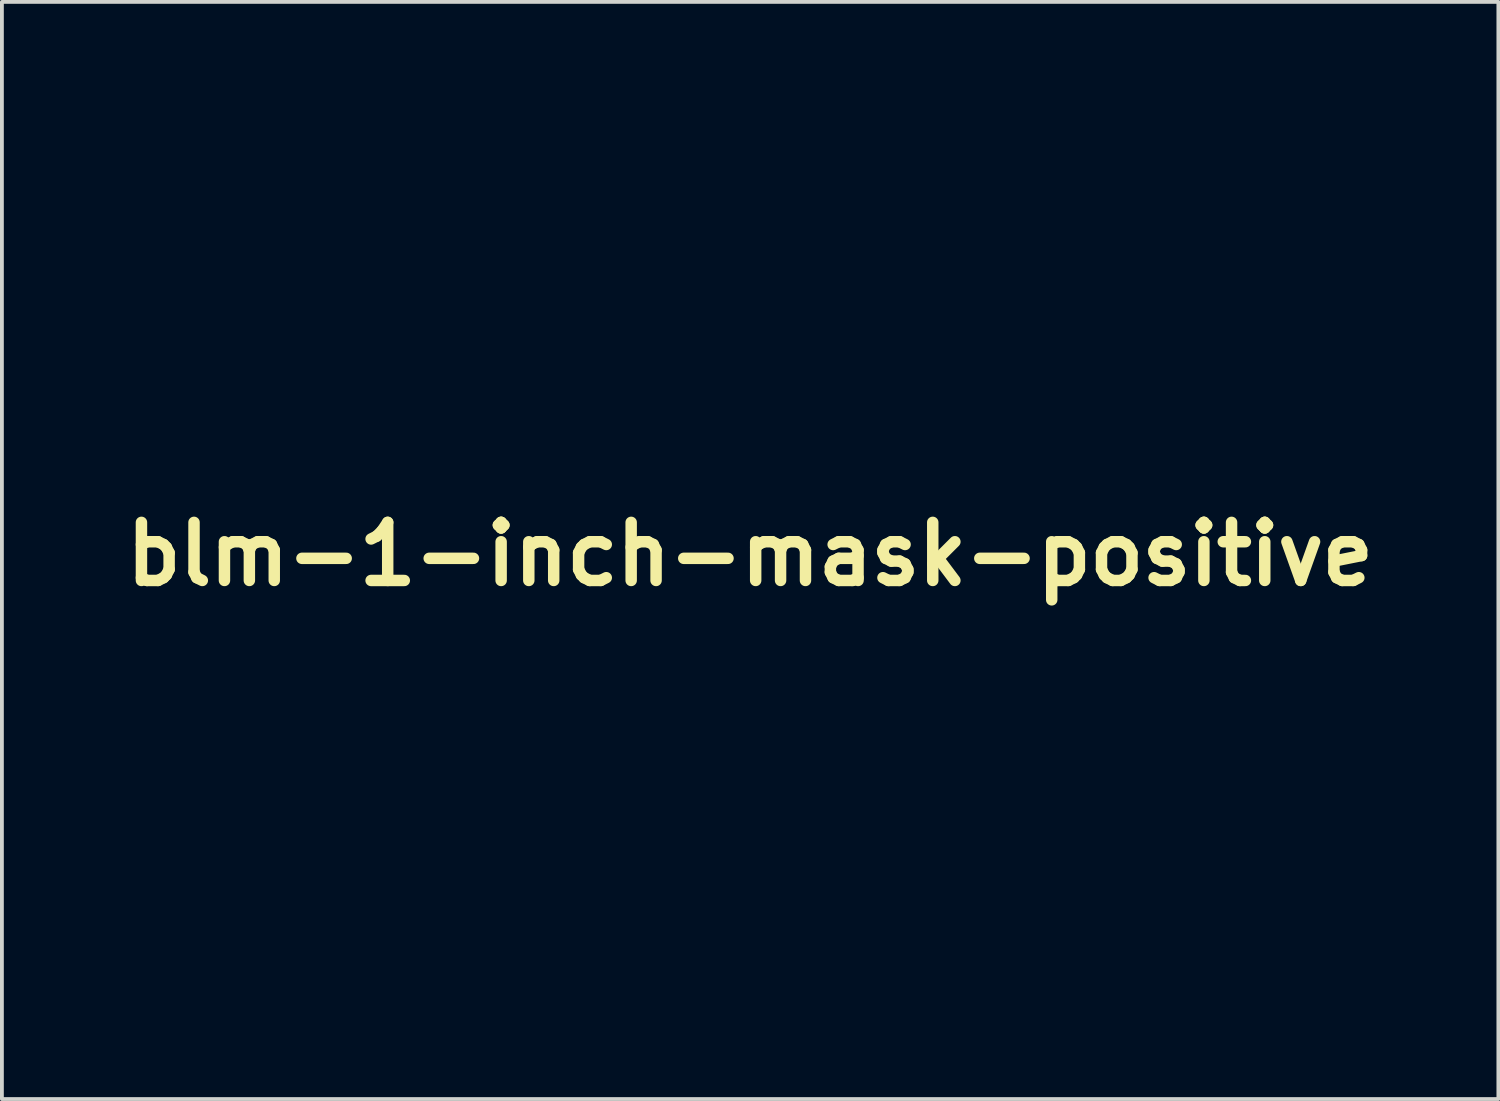
<source format=kicad_pcb>
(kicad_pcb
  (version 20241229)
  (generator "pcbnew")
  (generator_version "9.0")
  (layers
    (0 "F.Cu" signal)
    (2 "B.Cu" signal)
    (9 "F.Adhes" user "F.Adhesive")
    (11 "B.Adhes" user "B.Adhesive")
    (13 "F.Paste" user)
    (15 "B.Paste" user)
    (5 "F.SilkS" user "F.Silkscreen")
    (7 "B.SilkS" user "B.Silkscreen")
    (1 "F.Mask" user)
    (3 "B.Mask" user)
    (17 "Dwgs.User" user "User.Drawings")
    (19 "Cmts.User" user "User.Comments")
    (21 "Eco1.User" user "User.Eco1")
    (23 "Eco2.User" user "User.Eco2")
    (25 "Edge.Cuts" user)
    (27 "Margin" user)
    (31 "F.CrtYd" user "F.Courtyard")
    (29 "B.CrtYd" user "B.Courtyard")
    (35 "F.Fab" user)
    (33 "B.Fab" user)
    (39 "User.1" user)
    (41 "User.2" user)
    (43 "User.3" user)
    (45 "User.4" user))
  (footprint "blm-1-inch-mask-positive"
    (layer "F.Cu")
    (at 16.626 11.486)
    (property "Reference" "blm-1-inch-mask-positive" (at 0 0 0) (layer "F.SilkS") (effects (font (size 1.524 1.524) (thickness 0.3))))
    (attr through_hole)
    (fp_poly (pts (xy -6.648 -6.449) (xy -5.219 -6.449) (xy -5.219 -5.636) (xy -7.62 -5.636) (xy -7.615 -8.518) (xy -7.61 -11.4) (xy -7.129 -11.406) (xy -6.648 -11.411)) (stroke (width 0) (type solid)) (fill yes) (layer "F.Mask"))
    (fp_poly (pts (xy 3.155 6.35) (xy 2.75 6.35) (xy 2.627 6.351) (xy 2.518 6.353) (xy 2.43 6.356) (xy 2.367 6.359) (xy 2.337 6.364) (xy 2.335 6.365) (xy 2.334 6.386) (xy 2.332 6.445) (xy 2.331 6.538) (xy 2.329 6.664) (xy 2.327 6.82) (xy 2.325 7.004) (xy 2.323 7.213) (xy 2.321 7.445) (xy 2.319 7.697) (xy 2.317 7.967) (xy 2.315 8.253) (xy 2.313 8.552) (xy 2.311 8.835) (xy 2.297 11.291) (xy 1.35 11.291) (xy 1.344 8.826) (xy 1.339 6.36) (xy 0.908 6.355) (xy 0.476 6.349) (xy 0.476 5.536) (xy 3.155 5.536)) (stroke (width 0) (type solid)) (fill yes) (layer "F.Mask"))
    (fp_poly (pts (xy 6.052 6.349) (xy 5.343 6.355) (xy 4.634 6.36) (xy 4.616 6.89) (xy 4.612 7.05) (xy 4.609 7.216) (xy 4.608 7.377) (xy 4.609 7.524) (xy 4.611 7.647) (xy 4.613 7.708) (xy 4.628 7.997) (xy 5.814 7.997) (xy 5.814 8.83) (xy 5.214 8.835) (xy 4.614 8.84) (xy 4.614 9.647) (xy 4.614 9.823) (xy 4.615 9.986) (xy 4.617 10.132) (xy 4.619 10.258) (xy 4.622 10.358) (xy 4.625 10.429) (xy 4.629 10.466) (xy 4.63 10.471) (xy 4.653 10.475) (xy 4.711 10.479) (xy 4.8 10.483) (xy 4.914 10.486) (xy 5.05 10.489) (xy 5.202 10.492) (xy 5.35 10.494) (xy 6.052 10.5) (xy 6.052 11.291) (xy 3.651 11.291) (xy 3.651 5.536) (xy 6.052 5.536)) (stroke (width 0) (type solid)) (fill yes) (layer "F.Mask"))
    (fp_poly (pts (xy -0.02 6.35) (xy -0.873 6.35) (xy -0.873 7.228) (xy -0.873 7.396) (xy -0.874 7.597) (xy -0.875 7.827) (xy -0.876 8.08) (xy -0.877 8.351) (xy -0.879 8.633) (xy -0.881 8.921) (xy -0.883 9.209) (xy -0.885 9.493) (xy -0.886 9.699) (xy -0.9 11.291) (xy -1.819 11.291) (xy -1.834 8.836) (xy -1.836 8.527) (xy -1.838 8.229) (xy -1.84 7.945) (xy -1.842 7.676) (xy -1.844 7.426) (xy -1.846 7.196) (xy -1.848 6.989) (xy -1.85 6.807) (xy -1.852 6.654) (xy -1.854 6.53) (xy -1.855 6.44) (xy -1.857 6.384) (xy -1.858 6.366) (xy -1.88 6.361) (xy -1.935 6.357) (xy -2.019 6.354) (xy -2.124 6.351) (xy -2.244 6.35) (xy -2.283 6.35) (xy -2.699 6.35) (xy -2.699 5.536) (xy -0.02 5.536)) (stroke (width 0) (type solid)) (fill yes) (layer "F.Mask"))
    (fp_poly (pts (xy 7.496 5.541) (xy 7.715 5.543) (xy 7.899 5.545) (xy 8.05 5.547) (xy 8.174 5.549) (xy 8.273 5.552) (xy 8.352 5.556) (xy 8.414 5.56) (xy 8.464 5.565) (xy 8.504 5.572) (xy 8.54 5.58) (xy 8.575 5.589) (xy 8.592 5.594) (xy 8.802 5.674) (xy 8.98 5.778) (xy 9.128 5.907) (xy 9.245 6.06) (xy 9.284 6.132) (xy 9.314 6.193) (xy 9.339 6.252) (xy 9.359 6.313) (xy 9.374 6.379) (xy 9.386 6.455) (xy 9.395 6.546) (xy 9.4 6.655) (xy 9.403 6.788) (xy 9.404 6.949) (xy 9.404 7.142) (xy 9.402 7.305) (xy 9.4 7.509) (xy 9.398 7.677) (xy 9.395 7.815) (xy 9.39 7.926) (xy 9.382 8.015) (xy 9.37 8.085) (xy 9.354 8.142) (xy 9.332 8.19) (xy 9.305 8.232) (xy 9.271 8.274) (xy 9.229 8.32) (xy 9.208 8.342) (xy 9.125 8.415) (xy 9.017 8.488) (xy 8.901 8.553) (xy 8.79 8.599) (xy 8.785 8.6) (xy 8.762 8.612) (xy 8.762 8.627) (xy 8.788 8.649) (xy 8.845 8.681) (xy 8.918 8.718) (xy 9.067 8.807) (xy 9.195 8.912) (xy 9.294 9.027) (xy 9.341 9.105) (xy 9.396 9.217) (xy 9.408 11.291) (xy 8.473 11.291) (xy 8.473 10.423) (xy 8.472 10.183) (xy 8.471 9.98) (xy 8.469 9.81) (xy 8.466 9.668) (xy 8.461 9.553) (xy 8.455 9.46) (xy 8.447 9.387) (xy 8.436 9.329) (xy 8.424 9.283) (xy 8.408 9.245) (xy 8.39 9.213) (xy 8.387 9.209) (xy 8.346 9.155) (xy 8.299 9.115) (xy 8.24 9.086) (xy 8.163 9.066) (xy 8.062 9.055) (xy 7.932 9.05) (xy 7.829 9.049) (xy 7.501 9.049) (xy 7.501 11.291) (xy 6.548 11.291) (xy 6.548 6.371) (xy 7.501 6.371) (xy 7.501 8.194) (xy 7.635 8.2) (xy 7.714 8.202) (xy 7.816 8.202) (xy 7.926 8.2) (xy 7.987 8.199) (xy 8.086 8.195) (xy 8.155 8.189) (xy 8.204 8.179) (xy 8.242 8.164) (xy 8.281 8.141) (xy 8.283 8.139) (xy 8.356 8.081) (xy 8.405 8.019) (xy 8.436 7.942) (xy 8.457 7.837) (xy 8.463 7.77) (xy 8.467 7.676) (xy 8.47 7.56) (xy 8.471 7.429) (xy 8.47 7.289) (xy 8.468 7.147) (xy 8.465 7.008) (xy 8.46 6.878) (xy 8.454 6.765) (xy 8.447 6.674) (xy 8.44 6.611) (xy 8.433 6.586) (xy 8.382 6.512) (xy 8.313 6.442) (xy 8.248 6.396) (xy 8.208 6.385) (xy 8.137 6.374) (xy 8.044 6.365) (xy 7.939 6.357) (xy 7.83 6.352) (xy 7.727 6.349) (xy 7.639 6.35) (xy 7.574 6.354) (xy 7.554 6.357) (xy 7.501 6.371) (xy 6.548 6.371) (xy 6.548 5.533)) (stroke (width 0) (type solid)) (fill yes) (layer "F.Mask"))
    (fp_poly (pts (xy 2.82 -10.244) (xy 2.82 -10.032) (xy 2.821 -9.83) (xy 2.821 -9.642) (xy 2.821 -9.473) (xy 2.82 -9.326) (xy 2.82 -9.204) (xy 2.82 -9.111) (xy 2.819 -9.051) (xy 2.818 -9.029) (xy 2.819 -8.994) (xy 2.831 -8.993) (xy 2.853 -9.028) (xy 2.886 -9.099) (xy 2.93 -9.207) (xy 2.985 -9.351) (xy 3.051 -9.533) (xy 3.056 -9.545) (xy 3.107 -9.688) (xy 3.157 -9.827) (xy 3.204 -9.955) (xy 3.244 -10.066) (xy 3.275 -10.151) (xy 3.293 -10.2) (xy 3.317 -10.264) (xy 3.351 -10.358) (xy 3.393 -10.472) (xy 3.44 -10.598) (xy 3.488 -10.729) (xy 3.498 -10.755) (xy 3.545 -10.883) (xy 3.59 -11.005) (xy 3.63 -11.115) (xy 3.663 -11.204) (xy 3.686 -11.266) (xy 3.69 -11.276) (xy 3.733 -11.39) (xy 4.228 -11.39) (xy 4.402 -11.39) (xy 4.538 -11.387) (xy 4.636 -11.383) (xy 4.697 -11.378) (xy 4.722 -11.371) (xy 4.723 -11.369) (xy 4.716 -11.345) (xy 4.696 -11.285) (xy 4.664 -11.191) (xy 4.619 -11.064) (xy 4.563 -10.905) (xy 4.496 -10.717) (xy 4.419 -10.499) (xy 4.331 -10.255) (xy 4.234 -9.985) (xy 4.128 -9.69) (xy 4.014 -9.373) (xy 3.962 -9.23) (xy 3.716 -8.548) (xy 3.742 -8.449) (xy 3.757 -8.397) (xy 3.785 -8.312) (xy 3.825 -8.196) (xy 3.875 -8.054) (xy 3.934 -7.888) (xy 4 -7.701) (xy 4.073 -7.499) (xy 4.151 -7.283) (xy 4.233 -7.057) (xy 4.319 -6.825) (xy 4.398 -6.609) (xy 4.475 -6.399) (xy 4.543 -6.209) (xy 4.601 -6.043) (xy 4.648 -5.902) (xy 4.684 -5.789) (xy 4.707 -5.706) (xy 4.717 -5.656) (xy 4.716 -5.642) (xy 4.69 -5.635) (xy 4.632 -5.629) (xy 4.549 -5.625) (xy 4.447 -5.621) (xy 4.334 -5.618) (xy 4.218 -5.617) (xy 4.105 -5.618) (xy 4.002 -5.62) (xy 3.917 -5.624) (xy 3.899 -5.625) (xy 3.736 -5.639) (xy 3.605 -5.979) (xy 3.57 -6.073) (xy 3.523 -6.197) (xy 3.466 -6.347) (xy 3.403 -6.516) (xy 3.335 -6.698) (xy 3.264 -6.886) (xy 3.193 -7.076) (xy 3.164 -7.154) (xy 3.1 -7.327) (xy 3.039 -7.488) (xy 2.983 -7.635) (xy 2.934 -7.762) (xy 2.893 -7.867) (xy 2.862 -7.945) (xy 2.843 -7.993) (xy 2.836 -8.006) (xy 2.832 -7.99) (xy 2.829 -7.938) (xy 2.826 -7.849) (xy 2.823 -7.728) (xy 2.821 -7.576) (xy 2.82 -7.396) (xy 2.819 -7.189) (xy 2.818 -6.958) (xy 2.818 -6.82) (xy 2.818 -5.616) (xy 2.406 -5.619) (xy 2.278 -5.62) (xy 2.16 -5.622) (xy 2.058 -5.625) (xy 1.981 -5.627) (xy 1.935 -5.63) (xy 1.93 -5.63) (xy 1.865 -5.638) (xy 1.865 -7.735) (xy 1.865 -8.041) (xy 1.866 -8.349) (xy 1.866 -8.655) (xy 1.867 -8.956) (xy 1.868 -9.247) (xy 1.87 -9.525) (xy 1.871 -9.785) (xy 1.872 -10.024) (xy 1.874 -10.236) (xy 1.876 -10.419) (xy 1.878 -10.568) (xy 1.878 -10.621) (xy 1.892 -11.41) (xy 2.818 -11.41)) (stroke (width 0) (type solid)) (fill yes) (layer "F.Mask"))
    (fp_poly (pts (xy -6.41 11.291) (xy -7.382 11.291) (xy -7.384 9.381) (xy -7.384 9.095) (xy -7.385 8.825) (xy -7.386 8.575) (xy -7.387 8.346) (xy -7.389 8.14) (xy -7.391 7.961) (xy -7.393 7.809) (xy -7.395 7.688) (xy -7.397 7.6) (xy -7.399 7.546) (xy -7.402 7.53) (xy -7.402 7.531) (xy -7.409 7.558) (xy -7.424 7.622) (xy -7.445 7.719) (xy -7.474 7.846) (xy -7.508 8.001) (xy -7.548 8.18) (xy -7.593 8.382) (xy -7.641 8.602) (xy -7.694 8.84) (xy -7.749 9.09) (xy -7.806 9.351) (xy -7.818 9.406) (xy -7.876 9.669) (xy -7.931 9.92) (xy -7.984 10.159) (xy -8.033 10.381) (xy -8.078 10.585) (xy -8.118 10.766) (xy -8.153 10.924) (xy -8.182 11.054) (xy -8.204 11.154) (xy -8.219 11.222) (xy -8.227 11.254) (xy -8.227 11.256) (xy -8.233 11.267) (xy -8.247 11.276) (xy -8.274 11.282) (xy -8.317 11.286) (xy -8.382 11.289) (xy -8.474 11.29) (xy -8.598 11.291) (xy -8.721 11.291) (xy -8.873 11.291) (xy -8.989 11.29) (xy -9.075 11.288) (xy -9.136 11.285) (xy -9.175 11.281) (xy -9.199 11.274) (xy -9.21 11.265) (xy -9.215 11.256) (xy -9.22 11.232) (xy -9.233 11.172) (xy -9.253 11.079) (xy -9.279 10.954) (xy -9.311 10.802) (xy -9.348 10.624) (xy -9.39 10.424) (xy -9.437 10.204) (xy -9.486 9.967) (xy -9.539 9.715) (xy -9.594 9.451) (xy -9.618 9.339) (xy -10.011 7.456) (xy -10.016 9.374) (xy -10.021 11.291) (xy -10.974 11.291) (xy -10.969 8.409) (xy -10.964 5.526) (xy -10.246 5.521) (xy -10.058 5.52) (xy -9.905 5.519) (xy -9.785 5.519) (xy -9.693 5.52) (xy -9.625 5.522) (xy -9.578 5.526) (xy -9.547 5.53) (xy -9.529 5.537) (xy -9.52 5.544) (xy -9.517 5.551) (xy -9.512 5.575) (xy -9.499 5.635) (xy -9.48 5.727) (xy -9.455 5.848) (xy -9.424 5.995) (xy -9.389 6.165) (xy -9.35 6.353) (xy -9.308 6.558) (xy -9.263 6.776) (xy -9.217 7.004) (xy -9.169 7.238) (xy -9.12 7.475) (xy -9.071 7.712) (xy -9.024 7.946) (xy -8.977 8.173) (xy -8.933 8.391) (xy -8.891 8.595) (xy -8.853 8.784) (xy -8.818 8.953) (xy -8.789 9.099) (xy -8.764 9.22) (xy -8.746 9.311) (xy -8.734 9.37) (xy -8.73 9.394) (xy -8.73 9.394) (xy -8.728 9.403) (xy -8.724 9.399) (xy -8.716 9.381) (xy -8.706 9.345) (xy -8.691 9.291) (xy -8.673 9.216) (xy -8.65 9.119) (xy -8.621 8.998) (xy -8.587 8.851) (xy -8.548 8.675) (xy -8.501 8.47) (xy -8.448 8.232) (xy -8.388 7.961) (xy -8.32 7.654) (xy -8.272 7.441) (xy -8.213 7.174) (xy -8.156 6.918) (xy -8.102 6.675) (xy -8.052 6.449) (xy -8.006 6.242) (xy -7.965 6.057) (xy -7.929 5.896) (xy -7.899 5.762) (xy -7.876 5.657) (xy -7.86 5.585) (xy -7.851 5.547) (xy -7.85 5.543) (xy -7.83 5.541) (xy -7.775 5.54) (xy -7.689 5.537) (xy -7.577 5.534) (xy -7.443 5.531) (xy -7.292 5.528) (xy -7.128 5.525) (xy -6.41 5.51)) (stroke (width 0) (type solid)) (fill yes) (layer "F.Mask"))
    (fp_poly (pts (xy 0.074 -11.485) (xy 0.341 -11.461) (xy 0.577 -11.413) (xy 0.782 -11.34) (xy 0.958 -11.241) (xy 1.103 -11.117) (xy 1.218 -10.968) (xy 1.304 -10.792) (xy 1.338 -10.685) (xy 1.352 -10.618) (xy 1.365 -10.523) (xy 1.376 -10.415) (xy 1.383 -10.314) (xy 1.395 -10.061) (xy 0.928 -10.061) (xy 0.776 -10.061) (xy 0.658 -10.061) (xy 0.572 -10.064) (xy 0.511 -10.07) (xy 0.471 -10.083) (xy 0.449 -10.102) (xy 0.439 -10.13) (xy 0.436 -10.168) (xy 0.436 -10.217) (xy 0.437 -10.232) (xy 0.42 -10.368) (xy 0.373 -10.481) (xy 0.296 -10.568) (xy 0.192 -10.628) (xy 0.061 -10.659) (xy -0.02 -10.664) (xy -0.163 -10.655) (xy -0.279 -10.625) (xy -0.378 -10.573) (xy -0.394 -10.562) (xy -0.417 -10.545) (xy -0.437 -10.53) (xy -0.454 -10.513) (xy -0.469 -10.493) (xy -0.482 -10.466) (xy -0.492 -10.43) (xy -0.501 -10.383) (xy -0.508 -10.321) (xy -0.514 -10.242) (xy -0.519 -10.144) (xy -0.522 -10.025) (xy -0.525 -9.88) (xy -0.527 -9.708) (xy -0.528 -9.507) (xy -0.529 -9.273) (xy -0.531 -9.005) (xy -0.532 -8.751) (xy -0.533 -8.494) (xy -0.533 -8.242) (xy -0.533 -8) (xy -0.532 -7.771) (xy -0.531 -7.559) (xy -0.53 -7.368) (xy -0.528 -7.2) (xy -0.526 -7.061) (xy -0.524 -6.952) (xy -0.521 -6.879) (xy -0.52 -6.865) (xy -0.51 -6.738) (xy -0.498 -6.644) (xy -0.48 -6.576) (xy -0.454 -6.525) (xy -0.417 -6.485) (xy -0.365 -6.449) (xy -0.344 -6.436) (xy -0.252 -6.399) (xy -0.139 -6.377) (xy -0.017 -6.37) (xy 0.098 -6.38) (xy 0.171 -6.399) (xy 0.282 -6.455) (xy 0.361 -6.526) (xy 0.41 -6.618) (xy 0.433 -6.737) (xy 0.436 -6.81) (xy 0.437 -6.886) (xy 0.445 -6.937) (xy 0.465 -6.966) (xy 0.505 -6.98) (xy 0.573 -6.985) (xy 0.654 -6.985) (xy 0.752 -6.984) (xy 0.874 -6.981) (xy 1.004 -6.977) (xy 1.115 -6.972) (xy 1.383 -6.959) (xy 1.375 -6.719) (xy 1.37 -6.614) (xy 1.363 -6.512) (xy 1.354 -6.426) (xy 1.347 -6.375) (xy 1.296 -6.21) (xy 1.209 -6.055) (xy 1.092 -5.914) (xy 0.948 -5.792) (xy 0.782 -5.693) (xy 0.597 -5.62) (xy 0.568 -5.611) (xy 0.484 -5.595) (xy 0.37 -5.581) (xy 0.234 -5.571) (xy 0.084 -5.565) (xy -0.071 -5.561) (xy -0.223 -5.562) (xy -0.363 -5.567) (xy -0.481 -5.575) (xy -0.558 -5.586) (xy -0.715 -5.622) (xy -0.846 -5.669) (xy -0.963 -5.732) (xy -1.075 -5.813) (xy -1.216 -5.94) (xy -1.32 -6.066) (xy -1.391 -6.196) (xy -1.411 -6.253) (xy -1.424 -6.299) (xy -1.435 -6.352) (xy -1.445 -6.413) (xy -1.454 -6.487) (xy -1.461 -6.574) (xy -1.468 -6.677) (xy -1.473 -6.798) (xy -1.477 -6.941) (xy -1.481 -7.106) (xy -1.483 -7.297) (xy -1.485 -7.515) (xy -1.486 -7.763) (xy -1.486 -8.043) (xy -1.485 -8.358) (xy -1.485 -8.71) (xy -1.484 -8.791) (xy -1.478 -10.626) (xy -1.386 -10.806) (xy -1.278 -10.984) (xy -1.152 -11.134) (xy -1.006 -11.256) (xy -0.837 -11.352) (xy -0.644 -11.421) (xy -0.425 -11.465) (xy -0.176 -11.486)) (stroke (width 0) (type solid)) (fill yes) (layer "F.Mask"))
    (fp_poly (pts (xy -3.761 5.581) (xy -3.755 5.618) (xy -3.745 5.685) (xy -3.733 5.771) (xy -3.722 5.854) (xy -3.708 5.962) (xy -3.69 6.094) (xy -3.671 6.234) (xy -3.653 6.365) (xy -3.651 6.38) (xy -3.632 6.519) (xy -3.611 6.678) (xy -3.59 6.837) (xy -3.572 6.975) (xy -3.555 7.106) (xy -3.537 7.248) (xy -3.519 7.386) (xy -3.503 7.501) (xy -3.502 7.511) (xy -3.487 7.624) (xy -3.472 7.741) (xy -3.459 7.847) (xy -3.451 7.908) (xy -3.441 7.991) (xy -3.426 8.099) (xy -3.41 8.218) (xy -3.393 8.334) (xy -3.376 8.453) (xy -3.355 8.606) (xy -3.331 8.786) (xy -3.303 8.988) (xy -3.274 9.206) (xy -3.244 9.435) (xy -3.213 9.668) (xy -3.182 9.9) (xy -3.153 10.126) (xy -3.126 10.338) (xy -3.101 10.532) (xy -3.079 10.701) (xy -3.065 10.815) (xy -3.052 10.921) (xy -3.039 11.027) (xy -3.027 11.119) (xy -3.02 11.167) (xy -3.003 11.291) (xy -3.484 11.291) (xy -3.634 11.291) (xy -3.75 11.29) (xy -3.836 11.288) (xy -3.896 11.285) (xy -3.935 11.281) (xy -3.958 11.274) (xy -3.969 11.265) (xy -3.973 11.256) (xy -3.978 11.228) (xy -3.989 11.166) (xy -4.004 11.076) (xy -4.022 10.962) (xy -4.043 10.831) (xy -4.066 10.687) (xy -4.069 10.664) (xy -4.156 10.106) (xy -4.435 10.094) (xy -4.551 10.089) (xy -4.668 10.085) (xy -4.772 10.082) (xy -4.85 10.081) (xy -4.856 10.081) (xy -4.999 10.081) (xy -5.011 10.145) (xy -5.017 10.181) (xy -5.03 10.251) (xy -5.047 10.348) (xy -5.067 10.467) (xy -5.091 10.601) (xy -5.116 10.745) (xy -5.116 10.745) (xy -5.209 11.281) (xy -5.691 11.286) (xy -6.173 11.292) (xy -6.162 11.227) (xy -6.157 11.189) (xy -6.147 11.118) (xy -6.133 11.021) (xy -6.117 10.904) (xy -6.1 10.775) (xy -6.09 10.706) (xy -6.071 10.561) (xy -6.052 10.416) (xy -6.033 10.28) (xy -6.017 10.163) (xy -6.005 10.072) (xy -6.002 10.051) (xy -5.981 9.894) (xy -5.961 9.748) (xy -5.942 9.604) (xy -5.922 9.457) (xy -5.901 9.298) (xy -5.882 9.152) (xy -4.901 9.152) (xy -4.901 9.247) (xy -4.266 9.247) (xy -4.266 9.14) (xy -4.269 9.084) (xy -4.275 8.998) (xy -4.285 8.891) (xy -4.298 8.772) (xy -4.307 8.688) (xy -4.352 8.305) (xy -4.394 7.96) (xy -4.43 7.654) (xy -4.463 7.385) (xy -4.492 7.154) (xy -4.517 6.96) (xy -4.537 6.802) (xy -4.554 6.68) (xy -4.567 6.593) (xy -4.576 6.541) (xy -4.581 6.523) (xy -4.585 6.52) (xy -4.589 6.522) (xy -4.593 6.53) (xy -4.598 6.548) (xy -4.604 6.578) (xy -4.611 6.622) (xy -4.62 6.684) (xy -4.63 6.766) (xy -4.643 6.87) (xy -4.659 6.999) (xy -4.678 7.156) (xy -4.7 7.343) (xy -4.726 7.563) (xy -4.756 7.819) (xy -4.773 7.964) (xy -4.797 8.171) (xy -4.82 8.369) (xy -4.841 8.553) (xy -4.859 8.72) (xy -4.875 8.866) (xy -4.887 8.986) (xy -4.896 9.077) (xy -4.901 9.135) (xy -4.901 9.152) (xy -5.882 9.152) (xy -5.877 9.12) (xy -5.85 8.917) (xy -5.823 8.711) (xy -5.793 8.483) (xy -5.768 8.288) (xy -5.746 8.121) (xy -5.727 7.978) (xy -5.71 7.851) (xy -5.694 7.736) (xy -5.68 7.627) (xy -5.665 7.519) (xy -5.65 7.405) (xy -5.633 7.281) (xy -5.614 7.141) (xy -5.608 7.094) (xy -5.584 6.919) (xy -5.558 6.723) (xy -5.532 6.52) (xy -5.506 6.324) (xy -5.484 6.149) (xy -5.478 6.102) (xy -5.46 5.967) (xy -5.444 5.842) (xy -5.43 5.736) (xy -5.418 5.652) (xy -5.41 5.598) (xy -5.407 5.581) (xy -5.397 5.536) (xy -3.771 5.536)) (stroke (width 0) (type solid)) (fill yes) (layer "F.Mask"))
    (fp_poly (pts (xy -2.573 -11.347) (xy -2.566 -11.308) (xy -2.556 -11.236) (xy -2.543 -11.139) (xy -2.528 -11.024) (xy -2.512 -10.899) (xy -2.51 -10.884) (xy -2.488 -10.717) (xy -2.465 -10.536) (xy -2.44 -10.346) (xy -2.415 -10.153) (xy -2.39 -9.961) (xy -2.365 -9.774) (xy -2.341 -9.598) (xy -2.319 -9.436) (xy -2.3 -9.295) (xy -2.284 -9.177) (xy -2.272 -9.089) (xy -2.264 -9.035) (xy -2.263 -9.029) (xy -2.25 -8.947) (xy -2.238 -8.863) (xy -2.234 -8.83) (xy -2.201 -8.56) (xy -2.17 -8.31) (xy -2.141 -8.087) (xy -2.115 -7.894) (xy -2.103 -7.809) (xy -2.081 -7.646) (xy -2.056 -7.469) (xy -2.031 -7.28) (xy -2.004 -7.085) (xy -1.978 -6.887) (xy -1.952 -6.69) (xy -1.927 -6.499) (xy -1.904 -6.318) (xy -1.883 -6.151) (xy -1.864 -6.002) (xy -1.848 -5.876) (xy -1.836 -5.776) (xy -1.829 -5.706) (xy -1.826 -5.672) (xy -1.826 -5.671) (xy -1.828 -5.66) (xy -1.838 -5.651) (xy -1.86 -5.645) (xy -1.9 -5.641) (xy -1.961 -5.638) (xy -2.048 -5.636) (xy -2.166 -5.636) (xy -2.3 -5.636) (xy -2.775 -5.636) (xy -2.786 -5.69) (xy -2.792 -5.724) (xy -2.804 -5.792) (xy -2.819 -5.886) (xy -2.838 -6.002) (xy -2.859 -6.134) (xy -2.877 -6.251) (xy -2.899 -6.391) (xy -2.92 -6.52) (xy -2.938 -6.633) (xy -2.953 -6.723) (xy -2.963 -6.786) (xy -2.968 -6.811) (xy -2.98 -6.866) (xy -3.827 -6.866) (xy -3.837 -6.811) (xy -3.843 -6.777) (xy -3.854 -6.709) (xy -3.869 -6.615) (xy -3.887 -6.5) (xy -3.907 -6.371) (xy -3.92 -6.29) (xy -3.941 -6.153) (xy -3.961 -6.025) (xy -3.978 -5.911) (xy -3.993 -5.818) (xy -4.002 -5.755) (xy -4.005 -5.735) (xy -4.019 -5.646) (xy -4.51 -5.64) (xy -5.002 -5.635) (xy -4.991 -5.68) (xy -4.987 -5.705) (xy -4.978 -5.766) (xy -4.965 -5.863) (xy -4.947 -5.992) (xy -4.925 -6.152) (xy -4.9 -6.339) (xy -4.871 -6.553) (xy -4.839 -6.79) (xy -4.804 -7.049) (xy -4.767 -7.326) (xy -4.728 -7.621) (xy -4.71 -7.753) (xy -3.724 -7.753) (xy -3.723 -7.709) (xy -3.721 -7.7) (xy -3.698 -7.692) (xy -3.643 -7.687) (xy -3.566 -7.682) (xy -3.476 -7.68) (xy -3.38 -7.679) (xy -3.288 -7.681) (xy -3.208 -7.684) (xy -3.149 -7.69) (xy -3.138 -7.692) (xy -3.095 -7.706) (xy -3.078 -7.732) (xy -3.076 -7.772) (xy -3.078 -7.806) (xy -3.085 -7.877) (xy -3.096 -7.982) (xy -3.11 -8.118) (xy -3.129 -8.282) (xy -3.15 -8.472) (xy -3.174 -8.684) (xy -3.201 -8.916) (xy -3.23 -9.165) (xy -3.261 -9.429) (xy -3.294 -9.704) (xy -3.314 -9.872) (xy -3.335 -10.047) (xy -3.355 -10.192) (xy -3.372 -10.305) (xy -3.386 -10.384) (xy -3.398 -10.426) (xy -3.401 -10.432) (xy -3.409 -10.42) (xy -3.418 -10.381) (xy -3.421 -10.365) (xy -3.425 -10.333) (xy -3.433 -10.267) (xy -3.445 -10.168) (xy -3.461 -10.041) (xy -3.479 -9.891) (xy -3.499 -9.72) (xy -3.521 -9.532) (xy -3.545 -9.332) (xy -3.569 -9.124) (xy -3.595 -8.91) (xy -3.62 -8.695) (xy -3.645 -8.482) (xy -3.669 -8.277) (xy -3.691 -8.081) (xy -3.712 -7.903) (xy -3.72 -7.821) (xy -3.724 -7.753) (xy -4.71 -7.753) (xy -4.686 -7.93) (xy -4.643 -8.252) (xy -4.604 -8.551) (xy -4.559 -8.881) (xy -4.517 -9.201) (xy -4.475 -9.507) (xy -4.436 -9.799) (xy -4.399 -10.072) (xy -4.365 -10.327) (xy -4.333 -10.559) (xy -4.304 -10.767) (xy -4.279 -10.95) (xy -4.258 -11.103) (xy -4.24 -11.226) (xy -4.227 -11.316) (xy -4.219 -11.371) (xy -4.215 -11.389) (xy -4.194 -11.391) (xy -4.136 -11.394) (xy -4.048 -11.397) (xy -3.933 -11.4) (xy -3.795 -11.402) (xy -3.638 -11.404) (xy -3.467 -11.406) (xy -3.394 -11.407) (xy -2.585 -11.414)) (stroke (width 0) (type solid)) (fill yes) (layer "F.Mask"))
    (fp_poly (pts (xy -10.195 -11.402) (xy -9.934 -11.397) (xy -9.71 -11.392) (xy -9.518 -11.386) (xy -9.354 -11.378) (xy -9.215 -11.368) (xy -9.098 -11.355) (xy -8.997 -11.34) (xy -8.911 -11.321) (xy -8.834 -11.298) (xy -8.764 -11.271) (xy -8.696 -11.239) (xy -8.627 -11.201) (xy -8.602 -11.187) (xy -8.445 -11.078) (xy -8.322 -10.956) (xy -8.229 -10.815) (xy -8.195 -10.742) (xy -8.168 -10.672) (xy -8.147 -10.603) (xy -8.129 -10.528) (xy -8.117 -10.443) (xy -8.108 -10.344) (xy -8.102 -10.224) (xy -8.099 -10.08) (xy -8.099 -9.905) (xy -8.1 -9.701) (xy -8.102 -9.534) (xy -8.104 -9.401) (xy -8.106 -9.298) (xy -8.109 -9.22) (xy -8.113 -9.161) (xy -8.12 -9.116) (xy -8.128 -9.081) (xy -8.139 -9.051) (xy -8.152 -9.02) (xy -8.158 -9.007) (xy -8.227 -8.889) (xy -8.317 -8.779) (xy -8.414 -8.692) (xy -8.419 -8.688) (xy -8.466 -8.659) (xy -8.536 -8.623) (xy -8.615 -8.586) (xy -8.627 -8.581) (xy -8.776 -8.516) (xy -8.611 -8.433) (xy -8.473 -8.35) (xy -8.347 -8.249) (xy -8.241 -8.137) (xy -8.163 -8.023) (xy -8.155 -8.007) (xy -8.141 -7.978) (xy -8.13 -7.949) (xy -8.121 -7.917) (xy -8.115 -7.876) (xy -8.11 -7.822) (xy -8.107 -7.749) (xy -8.104 -7.652) (xy -8.102 -7.527) (xy -8.101 -7.369) (xy -8.1 -7.315) (xy -8.099 -7.089) (xy -8.101 -6.899) (xy -8.106 -6.739) (xy -8.116 -6.605) (xy -8.131 -6.493) (xy -8.151 -6.397) (xy -8.178 -6.314) (xy -8.212 -6.238) (xy -8.253 -6.165) (xy -8.277 -6.129) (xy -8.39 -5.99) (xy -8.528 -5.874) (xy -8.693 -5.779) (xy -8.89 -5.702) (xy -8.92 -5.692) (xy -8.954 -5.682) (xy -8.988 -5.674) (xy -9.026 -5.667) (xy -9.072 -5.662) (xy -9.13 -5.657) (xy -9.204 -5.654) (xy -9.297 -5.65) (xy -9.414 -5.648) (xy -9.557 -5.646) (xy -9.731 -5.644) (xy -9.94 -5.641) (xy -10.016 -5.641) (xy -10.974 -5.632) (xy -10.974 -7.02) (xy -10.018 -7.02) (xy -10.018 -6.874) (xy -10.017 -6.747) (xy -10.015 -6.644) (xy -10.013 -6.571) (xy -10.011 -6.534) (xy -9.999 -6.449) (xy -9.706 -6.449) (xy -9.549 -6.452) (xy -9.429 -6.459) (xy -9.342 -6.472) (xy -9.314 -6.479) (xy -9.207 -6.529) (xy -9.123 -6.613) (xy -9.081 -6.681) (xy -9.071 -6.706) (xy -9.063 -6.74) (xy -9.058 -6.787) (xy -9.054 -6.853) (xy -9.051 -6.942) (xy -9.05 -7.06) (xy -9.05 -7.211) (xy -9.05 -7.267) (xy -9.051 -7.448) (xy -9.054 -7.594) (xy -9.06 -7.71) (xy -9.07 -7.8) (xy -9.085 -7.869) (xy -9.106 -7.922) (xy -9.135 -7.963) (xy -9.172 -7.997) (xy -9.219 -8.029) (xy -9.238 -8.04) (xy -9.268 -8.057) (xy -9.299 -8.069) (xy -9.337 -8.077) (xy -9.388 -8.082) (xy -9.46 -8.085) (xy -9.559 -8.086) (xy -9.664 -8.086) (xy -10.011 -8.086) (xy -10.017 -7.352) (xy -10.018 -7.182) (xy -10.018 -7.02) (xy -10.974 -7.02) (xy -10.974 -10.577) (xy -10.021 -10.577) (xy -10.021 -9.798) (xy -10.02 -9.624) (xy -10.02 -9.462) (xy -10.018 -9.315) (xy -10.016 -9.189) (xy -10.014 -9.088) (xy -10.012 -9.016) (xy -10.009 -8.978) (xy -10.009 -8.974) (xy -10.002 -8.957) (xy -9.991 -8.945) (xy -9.967 -8.937) (xy -9.926 -8.932) (xy -9.86 -8.93) (xy -9.763 -8.93) (xy -9.71 -8.93) (xy -9.599 -8.931) (xy -9.494 -8.935) (xy -9.407 -8.942) (xy -9.345 -8.95) (xy -9.335 -8.952) (xy -9.243 -8.99) (xy -9.161 -9.052) (xy -9.098 -9.127) (xy -9.068 -9.198) (xy -9.062 -9.244) (xy -9.057 -9.323) (xy -9.054 -9.426) (xy -9.051 -9.548) (xy -9.05 -9.68) (xy -9.05 -9.816) (xy -9.051 -9.949) (xy -9.053 -10.072) (xy -9.057 -10.178) (xy -9.061 -10.261) (xy -9.067 -10.312) (xy -9.068 -10.319) (xy -9.108 -10.399) (xy -9.174 -10.473) (xy -9.255 -10.53) (xy -9.33 -10.558) (xy -9.38 -10.564) (xy -9.461 -10.569) (xy -9.562 -10.573) (xy -9.674 -10.576) (xy -9.718 -10.576) (xy -10.021 -10.577) (xy -10.974 -10.577) (xy -10.974 -11.416)) (stroke (width 0) (type solid)) (fill yes) (layer "F.Mask"))
    (fp_poly (pts (xy 2.738 3.493) (xy -10.991 3.493) (xy -11.007 3.398) (xy -11.009 3.367) (xy -11.011 3.298) (xy -11.013 3.194) (xy -11.014 3.059) (xy -11.016 2.894) (xy -11.017 2.702) (xy -11.018 2.486) (xy -11.019 2.247) (xy -11.02 1.99) (xy -11.021 1.716) (xy -11.022 1.427) (xy -11.022 1.127) (xy -11.023 0.818) (xy -11.023 0.502) (xy -11.023 0.182) (xy -11.023 -0.139) (xy -11.023 -0.342) (xy -10.04 -0.342) (xy -10.04 -0.05) (xy -10.04 0.24) (xy -10.04 0.525) (xy -10.04 0.804) (xy -10.039 1.072) (xy -10.039 1.327) (xy -10.038 1.567) (xy -10.037 1.789) (xy -10.036 1.989) (xy -10.035 2.166) (xy -10.034 2.316) (xy -10.033 2.436) (xy -10.031 2.525) (xy -10.03 2.579) (xy -10.028 2.595) (xy -10.016 2.639) (xy -9.049 2.639) (xy -8.853 2.639) (xy -8.664 2.638) (xy -8.488 2.637) (xy -8.33 2.635) (xy -8.194 2.634) (xy -8.084 2.631) (xy -8.004 2.629) (xy -7.96 2.626) (xy -7.838 2.614) (xy -7.838 2.22) (xy -7.839 2.099) (xy -7.839 1.993) (xy -7.84 1.908) (xy -7.841 1.849) (xy -7.843 1.823) (xy -7.843 1.822) (xy -7.864 1.821) (xy -7.919 1.82) (xy -8.004 1.817) (xy -8.115 1.815) (xy -8.247 1.812) (xy -8.395 1.809) (xy -8.493 1.808) (xy -9.138 1.796) (xy -9.145 0.448) (xy -7.402 0.448) (xy -7.402 0.729) (xy -7.402 1.001) (xy -7.401 1.26) (xy -7.401 1.505) (xy -7.4 1.733) (xy -7.399 1.94) (xy -7.398 2.124) (xy -7.397 2.283) (xy -7.395 2.413) (xy -7.394 2.513) (xy -7.392 2.578) (xy -7.39 2.607) (xy -7.39 2.608) (xy -7.381 2.618) (xy -7.362 2.626) (xy -7.328 2.632) (xy -7.272 2.636) (xy -7.192 2.638) (xy -7.081 2.639) (xy -6.943 2.639) (xy -6.509 2.639) (xy -6.514 -0.253) (xy -6.519 -3.048) (xy -6.251 -3.048) (xy -6.25 -3.03) (xy -6.248 -3.001) (xy -6.245 -2.962) (xy -6.24 -2.909) (xy -6.232 -2.841) (xy -6.223 -2.757) (xy -6.211 -2.654) (xy -6.197 -2.531) (xy -6.18 -2.386) (xy -6.16 -2.217) (xy -6.137 -2.023) (xy -6.11 -1.802) (xy -6.08 -1.551) (xy -6.045 -1.27) (xy -6.007 -0.956) (xy -5.965 -0.608) (xy -5.918 -0.224) (xy -5.873 0.139) (xy -5.828 0.509) (xy -5.787 0.841) (xy -5.75 1.138) (xy -5.718 1.401) (xy -5.689 1.632) (xy -5.664 1.834) (xy -5.641 2.006) (xy -5.622 2.153) (xy -5.606 2.275) (xy -5.592 2.374) (xy -5.581 2.453) (xy -5.571 2.513) (xy -5.563 2.556) (xy -5.557 2.584) (xy -5.554 2.595) (xy -5.537 2.639) (xy -4.818 2.639) (xy -4.652 2.638) (xy -4.498 2.637) (xy -4.36 2.635) (xy -4.244 2.632) (xy -4.154 2.629) (xy -4.094 2.625) (xy -4.07 2.621) (xy -4.058 2.6) (xy -4.045 2.548) (xy -4.029 2.464) (xy -4.012 2.346) (xy -3.992 2.191) (xy -3.987 2.15) (xy -3.973 2.04) (xy -3.956 1.896) (xy -3.935 1.724) (xy -3.911 1.531) (xy -3.886 1.322) (xy -3.859 1.103) (xy -3.832 0.88) (xy -3.805 0.659) (xy -3.801 0.625) (xy -3.744 0.161) (xy -3.692 -0.265) (xy -3.644 -0.655) (xy -3.601 -1.009) (xy -3.562 -1.33) (xy -3.527 -1.62) (xy -3.496 -1.878) (xy -3.468 -2.107) (xy -3.444 -2.309) (xy -3.424 -2.484) (xy -3.406 -2.635) (xy -3.392 -2.763) (xy -3.38 -2.868) (xy -3.371 -2.954) (xy -3.364 -3.02) (xy -3.359 -3.069) (xy -3.357 -3.102) (xy -3.357 -3.121) (xy -3.358 -3.126) (xy -3.379 -3.129) (xy -3.433 -3.132) (xy -3.494 -3.135) (xy -3.181 -3.135) (xy -3.166 -0.263) (xy -3.164 0.072) (xy -3.162 0.395) (xy -3.161 0.706) (xy -3.159 1.001) (xy -3.157 1.279) (xy -3.155 1.537) (xy -3.153 1.773) (xy -3.151 1.985) (xy -3.149 2.171) (xy -3.148 2.328) (xy -3.146 2.454) (xy -3.145 2.547) (xy -3.143 2.604) (xy -3.142 2.624) (xy -3.121 2.627) (xy -3.064 2.63) (xy -2.975 2.632) (xy -2.856 2.634) (xy -2.713 2.636) (xy -2.548 2.638) (xy -2.366 2.639) (xy -2.169 2.639) (xy -2.052 2.639) (xy -0.972 2.639) (xy -0.977 2.227) (xy -0.982 1.816) (xy -1.611 1.806) (xy -1.765 1.803) (xy -1.907 1.799) (xy -2.03 1.795) (xy -2.132 1.791) (xy -2.206 1.786) (xy -2.248 1.782) (xy -2.255 1.78) (xy -2.259 1.757) (xy -2.263 1.699) (xy -2.266 1.61) (xy -2.27 1.494) (xy -2.273 1.355) (xy -2.274 1.338) (xy -0.526 1.338) (xy -0.522 1.437) (xy -0.513 1.561) (xy -0.497 1.704) (xy -0.495 1.726) (xy -0.453 1.907) (xy -0.376 2.078) (xy -0.269 2.234) (xy -0.135 2.368) (xy 0.021 2.477) (xy 0.195 2.556) (xy 0.206 2.559) (xy 0.333 2.591) (xy 0.487 2.614) (xy 0.658 2.629) (xy 0.834 2.634) (xy 1.005 2.63) (xy 1.16 2.617) (xy 1.289 2.594) (xy 1.3 2.591) (xy 1.508 2.517) (xy 1.688 2.416) (xy 1.838 2.29) (xy 1.958 2.137) (xy 2.048 1.958) (xy 2.094 1.811) (xy 2.104 1.763) (xy 2.112 1.707) (xy 2.117 1.636) (xy 2.12 1.545) (xy 2.121 1.429) (xy 2.12 1.282) (xy 2.119 1.186) (xy 2.113 0.685) (xy 2.049 0.526) (xy 1.973 0.357) (xy 1.883 0.203) (xy 1.777 0.057) (xy 1.649 -0.085) (xy 1.494 -0.229) (xy 1.309 -0.379) (xy 1.22 -0.446) (xy 1.04 -0.584) (xy 0.89 -0.706) (xy 0.766 -0.817) (xy 0.665 -0.922) (xy 0.582 -1.024) (xy 0.512 -1.129) (xy 0.453 -1.239) (xy 0.442 -1.263) (xy 0.422 -1.308) (xy 0.407 -1.35) (xy 0.397 -1.396) (xy 0.39 -1.454) (xy 0.386 -1.532) (xy 0.383 -1.637) (xy 0.381 -1.707) (xy 0.38 -1.845) (xy 0.382 -1.952) (xy 0.39 -2.032) (xy 0.407 -2.093) (xy 0.433 -2.142) (xy 0.471 -2.185) (xy 0.522 -2.229) (xy 0.525 -2.232) (xy 0.563 -2.261) (xy 0.6 -2.279) (xy 0.646 -2.29) (xy 0.712 -2.295) (xy 0.781 -2.298) (xy 0.872 -2.3) (xy 0.935 -2.297) (xy 0.984 -2.287) (xy 1.03 -2.268) (xy 1.051 -2.257) (xy 1.134 -2.195) (xy 1.193 -2.107) (xy 1.23 -1.99) (xy 1.244 -1.887) (xy 1.254 -1.807) (xy 1.269 -1.746) (xy 1.284 -1.715) (xy 1.303 -1.704) (xy 1.339 -1.697) (xy 1.396 -1.691) (xy 1.481 -1.688) (xy 1.598 -1.687) (xy 1.666 -1.687) (xy 1.784 -1.687) (xy 1.893 -1.689) (xy 1.983 -1.692) (xy 2.048 -1.695) (xy 2.076 -1.698) (xy 2.133 -1.709) (xy 2.121 -1.991) (xy 2.114 -2.134) (xy 2.103 -2.247) (xy 2.087 -2.339) (xy 2.064 -2.421) (xy 2.031 -2.501) (xy 1.99 -2.584) (xy 1.886 -2.741) (xy 1.752 -2.875) (xy 1.591 -2.983) (xy 1.407 -3.063) (xy 1.331 -3.085) (xy 1.194 -3.112) (xy 1.032 -3.131) (xy 0.859 -3.14) (xy 0.688 -3.14) (xy 0.587 -3.134) (xy 0.35 -3.099) (xy 0.143 -3.039) (xy -0.035 -2.952) (xy -0.186 -2.838) (xy -0.311 -2.695) (xy -0.41 -2.524) (xy -0.452 -2.424) (xy -0.468 -2.381) (xy -0.48 -2.34) (xy -0.489 -2.295) (xy -0.495 -2.241) (xy -0.501 -2.171) (xy -0.504 -2.079) (xy -0.508 -1.96) (xy -0.511 -1.808) (xy -0.511 -1.794) (xy -0.521 -1.296) (xy -0.467 -1.131) (xy -0.369 -0.88) (xy -0.244 -0.658) (xy -0.092 -0.463) (xy -0.007 -0.376) (xy 0.047 -0.328) (xy 0.125 -0.263) (xy 0.221 -0.187) (xy 0.325 -0.106) (xy 0.417 -0.036) (xy 0.598 0.104) (xy 0.749 0.229) (xy 0.873 0.345) (xy 0.976 0.456) (xy 1.06 0.567) (xy 1.132 0.681) (xy 1.162 0.739) (xy 1.23 0.872) (xy 1.23 1.202) (xy 1.229 1.345) (xy 1.224 1.455) (xy 1.214 1.538) (xy 1.197 1.601) (xy 1.171 1.649) (xy 1.134 1.69) (xy 1.085 1.729) (xy 1.085 1.729) (xy 1.047 1.755) (xy 1.011 1.771) (xy 0.969 1.781) (xy 0.909 1.785) (xy 0.822 1.786) (xy 0.804 1.786) (xy 0.711 1.785) (xy 0.647 1.782) (xy 0.602 1.773) (xy 0.567 1.758) (xy 0.529 1.734) (xy 0.522 1.728) (xy 0.443 1.648) (xy 0.395 1.542) (xy 0.377 1.411) (xy 0.377 1.4) (xy 0.373 1.328) (xy 0.364 1.264) (xy 0.357 1.24) (xy 0.337 1.187) (xy -0.08 1.194) (xy -0.224 1.196) (xy -0.332 1.2) (xy -0.41 1.204) (xy -0.463 1.21) (xy -0.496 1.217) (xy -0.513 1.226) (xy -0.516 1.23) (xy -0.525 1.267) (xy -0.526 1.338) (xy -2.274 1.338) (xy -2.276 1.199) (xy -2.278 1.029) (xy -2.279 0.971) (xy -2.287 0.179) (xy -1.171 0.179) (xy -1.171 -0.675) (xy -2.262 -0.675) (xy -2.262 -2.302) (xy -0.953 -2.302) (xy -0.953 -3.135) (xy -3.181 -3.135) (xy -3.494 -3.135) (xy -3.516 -3.136) (xy -3.62 -3.141) (xy -3.741 -3.145) (xy -3.785 -3.147) (xy -4.206 -3.161) (xy -4.226 -3.107) (xy -4.231 -3.08) (xy -4.24 -3.017) (xy -4.254 -2.919) (xy -4.27 -2.789) (xy -4.291 -2.631) (xy -4.314 -2.445) (xy -4.34 -2.235) (xy -4.368 -2.003) (xy -4.398 -1.752) (xy -4.43 -1.484) (xy -4.464 -1.202) (xy -4.499 -0.909) (xy -4.516 -0.757) (xy -4.551 -0.46) (xy -4.585 -0.173) (xy -4.618 0.099) (xy -4.648 0.356) (xy -4.677 0.595) (xy -4.703 0.812) (xy -4.726 1.006) (xy -4.747 1.174) (xy -4.764 1.314) (xy -4.777 1.424) (xy -4.787 1.5) (xy -4.793 1.54) (xy -4.794 1.546) (xy -4.798 1.55) (xy -4.802 1.552) (xy -4.807 1.55) (xy -4.811 1.542) (xy -4.816 1.526) (xy -4.822 1.5) (xy -4.828 1.464) (xy -4.836 1.414) (xy -4.846 1.348) (xy -4.857 1.266) (xy -4.87 1.165) (xy -4.885 1.044) (xy -4.903 0.9) (xy -4.923 0.732) (xy -4.946 0.537) (xy -4.972 0.315) (xy -5.002 0.063) (xy -5.035 -0.221) (xy -5.072 -0.539) (xy -5.114 -0.891) (xy -5.159 -1.281) (xy -5.169 -1.369) (xy -5.199 -1.621) (xy -5.227 -1.863) (xy -5.254 -2.091) (xy -5.28 -2.302) (xy -5.303 -2.494) (xy -5.323 -2.664) (xy -5.341 -2.808) (xy -5.355 -2.923) (xy -5.366 -3.006) (xy -5.373 -3.055) (xy -5.375 -3.066) (xy -5.39 -3.104) (xy -5.418 -3.125) (xy -5.471 -3.138) (xy -5.478 -3.139) (xy -5.537 -3.145) (xy -5.623 -3.149) (xy -5.727 -3.152) (xy -5.839 -3.153) (xy -5.95 -3.153) (xy -6.051 -3.152) (xy -6.133 -3.148) (xy -6.185 -3.143) (xy -6.189 -3.143) (xy -6.228 -3.131) (xy -6.246 -3.109) (xy -6.251 -3.064) (xy -6.251 -3.048) (xy -6.519 -3.048) (xy -6.519 -3.145) (xy -6.941 -3.145) (xy -7.085 -3.145) (xy -7.193 -3.143) (xy -7.272 -3.141) (xy -7.326 -3.136) (xy -7.359 -3.13) (xy -7.377 -3.121) (xy -7.382 -3.115) (xy -7.384 -3.093) (xy -7.386 -3.033) (xy -7.388 -2.939) (xy -7.39 -2.814) (xy -7.392 -2.659) (xy -7.393 -2.479) (xy -7.395 -2.275) (xy -7.396 -2.051) (xy -7.397 -1.809) (xy -7.398 -1.551) (xy -7.399 -1.281) (xy -7.4 -1.001) (xy -7.401 -0.715) (xy -7.401 -0.424) (xy -7.402 -0.131) (xy -7.402 0.16) (xy -7.402 0.448) (xy -9.145 0.448) (xy -9.15 -0.446) (xy -9.152 -0.746) (xy -9.153 -1.039) (xy -9.155 -1.32) (xy -9.156 -1.588) (xy -9.158 -1.84) (xy -9.159 -2.072) (xy -9.161 -2.283) (xy -9.162 -2.468) (xy -9.163 -2.626) (xy -9.164 -2.753) (xy -9.164 -2.847) (xy -9.165 -2.905) (xy -9.165 -2.912) (xy -9.168 -3.135) (xy -10.016 -3.135) (xy -10.029 -3.073) (xy -10.03 -3.046) (xy -10.032 -2.981) (xy -10.033 -2.883) (xy -10.034 -2.753) (xy -10.035 -2.595) (xy -10.036 -2.411) (xy -10.037 -2.204) (xy -10.038 -1.977) (xy -10.039 -1.732) (xy -10.039 -1.472) (xy -10.04 -1.201) (xy -10.04 -0.92) (xy -10.04 -0.633) (xy -10.04 -0.342) (xy -11.023 -0.342) (xy -11.023 -0.459) (xy -11.022 -0.776) (xy -11.022 -1.087) (xy -11.021 -1.388) (xy -11.021 -1.679) (xy -11.02 -1.956) (xy -11.019 -2.216) (xy -11.017 -2.457) (xy -11.016 -2.678) (xy -11.015 -2.874) (xy -11.013 -3.043) (xy -11.012 -3.183) (xy -11.01 -3.292) (xy -11.008 -3.367) (xy -11.006 -3.398) (xy -10.99 -3.631) (xy 2.738 -3.631)) (stroke (width 0) (type solid)) (fill yes) (layer "F.Mask")))
  (gr_rect
    (start -3 -3)
    (end 36.252 25.778)
    (stroke (width 0.1) (type default))
    (fill no)
    (layer "Edge.Cuts")))
</source>
